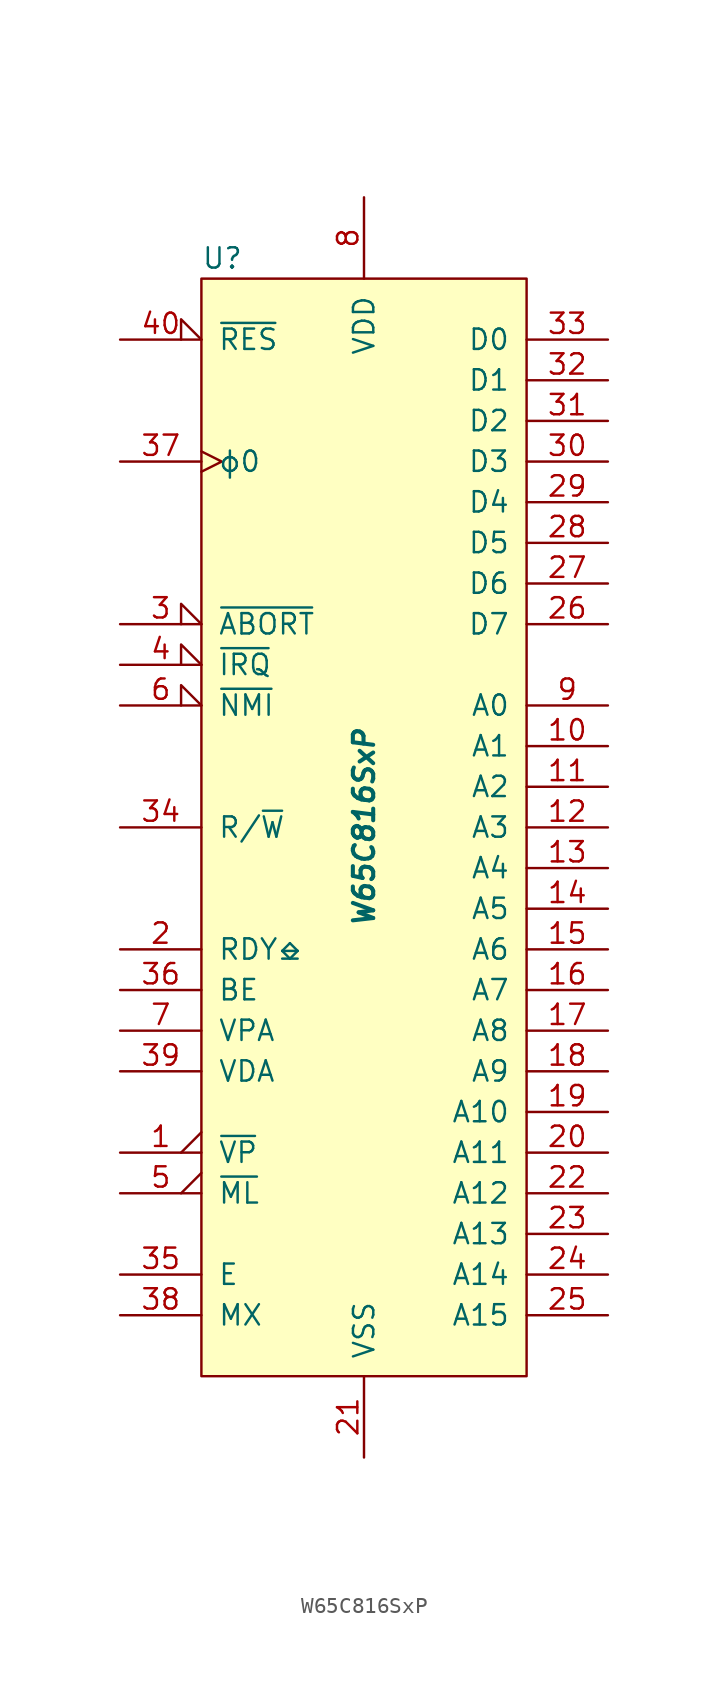
<source format=kicad_sym>
(kicad_symbol_lib
  (version 20241209)
  (generator "kicad_symbol_editor")
  (generator_version "9.0")
  (symbol "W65C816SxP"
    (pin_names
      (offset 1.016))
    (property "Reference" "U"
      (at -10.16 35.56 0)
      (effects (font (size 1.27 1.27)) (justify left)))
    (property "Value" "W65C816SxP"
      (at 0 0 90)
      (effects (font (size 1.27 1.27) (bold yes) (italic yes))))
    (symbol "W65C816SxP_0_1"
      (rectangle (start -10.16 34.29) (end 10.16 -34.29) (stroke (width 0) (type default)) (fill (type background))))
    (symbol "W65C816SxP_1_1"
      (pin input input_low (at -15.24 30.48 0) (length 5.08) (name "~{RES}" (effects (font (size 1.27 1.27)))) (number "40" (effects (font (size 1.27 1.27)))))
      (pin input clock (at -15.24 22.86 0) (length 5.08) (name "ϕ0" (effects (font (size 1.27 1.27)))) (number "37" (effects (font (size 1.27 1.27)))))
      (pin input input_low (at -15.24 12.7 0) (length 5.08) (name "~{ABORT}" (effects (font (size 1.27 1.27)))) (number "3" (effects (font (size 1.27 1.27)))))
      (pin input input_low (at -15.24 10.16 0) (length 5.08) (name "~{IRQ}" (effects (font (size 1.27 1.27)))) (number "4" (effects (font (size 1.27 1.27)))))
      (pin input input_low (at -15.24 7.62 0) (length 5.08) (name "~{NMI}" (effects (font (size 1.27 1.27)))) (number "6" (effects (font (size 1.27 1.27)))))
      (pin tri_state line (at -15.24 0 0) (length 5.08) (name "R/~{W}" (effects (font (size 1.27 1.27)))) (number "34" (effects (font (size 1.27 1.27)))))
      (pin open_collector line (at -15.24 -7.62 0) (length 5.08) (name "RDY⎒" (effects (font (size 1.27 1.27)))) (number "2" (effects (font (size 1.27 1.27)))))
      (pin input line (at -15.24 -10.16 0) (length 5.08) (name "BE" (effects (font (size 1.27 1.27)))) (number "36" (effects (font (size 1.27 1.27)))))
      (pin output line (at -15.24 -12.7 0) (length 5.08) (name "VPA" (effects (font (size 1.27 1.27)))) (number "7" (effects (font (size 1.27 1.27)))))
      (pin output line (at -15.24 -15.24 0) (length 5.08) (name "VDA" (effects (font (size 1.27 1.27)))) (number "39" (effects (font (size 1.27 1.27)))))
      (pin output output_low (at -15.24 -20.32 0) (length 5.08) (name "~{VP}" (effects (font (size 1.27 1.27)))) (number "1" (effects (font (size 1.27 1.27)))))
      (pin output output_low (at -15.24 -22.86 0) (length 5.08) (name "~{ML}" (effects (font (size 1.27 1.27)))) (number "5" (effects (font (size 1.27 1.27)))))
      (pin output line (at -15.24 -27.94 0) (length 5.08) (name "E" (effects (font (size 1.27 1.27)))) (number "35" (effects (font (size 1.27 1.27)))))
      (pin output line (at -15.24 -30.48 0) (length 5.08) (name "MX" (effects (font (size 1.27 1.27)))) (number "38" (effects (font (size 1.27 1.27)))))
      (pin power_in line (at 0 39.37 270) (length 5.08) (name "VDD" (effects (font (size 1.27 1.27)))) (number "8" (effects (font (size 1.27 1.27)))))
      (pin power_in line (at 0 -39.37 90) (length 5.08) (name "VSS" (effects (font (size 1.27 1.27)))) (number "21" (effects (font (size 1.27 1.27)))))
      (pin bidirectional line (at 15.24 30.48 180) (length 5.08) (name "D0" (effects (font (size 1.27 1.27)))) (number "33" (effects (font (size 1.27 1.27)))))
      (pin bidirectional line (at 15.24 27.94 180) (length 5.08) (name "D1" (effects (font (size 1.27 1.27)))) (number "32" (effects (font (size 1.27 1.27)))))
      (pin bidirectional line (at 15.24 25.4 180) (length 5.08) (name "D2" (effects (font (size 1.27 1.27)))) (number "31" (effects (font (size 1.27 1.27)))))
      (pin bidirectional line (at 15.24 22.86 180) (length 5.08) (name "D3" (effects (font (size 1.27 1.27)))) (number "30" (effects (font (size 1.27 1.27)))))
      (pin bidirectional line (at 15.24 20.32 180) (length 5.08) (name "D4" (effects (font (size 1.27 1.27)))) (number "29" (effects (font (size 1.27 1.27)))))
      (pin bidirectional line (at 15.24 17.78 180) (length 5.08) (name "D5" (effects (font (size 1.27 1.27)))) (number "28" (effects (font (size 1.27 1.27)))))
      (pin bidirectional line (at 15.24 15.24 180) (length 5.08) (name "D6" (effects (font (size 1.27 1.27)))) (number "27" (effects (font (size 1.27 1.27)))))
      (pin bidirectional line (at 15.24 12.7 180) (length 5.08) (name "D7" (effects (font (size 1.27 1.27)))) (number "26" (effects (font (size 1.27 1.27)))))
      (pin tri_state line (at 15.24 7.62 180) (length 5.08) (name "A0" (effects (font (size 1.27 1.27)))) (number "9" (effects (font (size 1.27 1.27)))))
      (pin tri_state line (at 15.24 5.08 180) (length 5.08) (name "A1" (effects (font (size 1.27 1.27)))) (number "10" (effects (font (size 1.27 1.27)))))
      (pin tri_state line (at 15.24 2.54 180) (length 5.08) (name "A2" (effects (font (size 1.27 1.27)))) (number "11" (effects (font (size 1.27 1.27)))))
      (pin tri_state line (at 15.24 0 180) (length 5.08) (name "A3" (effects (font (size 1.27 1.27)))) (number "12" (effects (font (size 1.27 1.27)))))
      (pin tri_state line (at 15.24 -2.54 180) (length 5.08) (name "A4" (effects (font (size 1.27 1.27)))) (number "13" (effects (font (size 1.27 1.27)))))
      (pin tri_state line (at 15.24 -5.08 180) (length 5.08) (name "A5" (effects (font (size 1.27 1.27)))) (number "14" (effects (font (size 1.27 1.27)))))
      (pin tri_state line (at 15.24 -7.62 180) (length 5.08) (name "A6" (effects (font (size 1.27 1.27)))) (number "15" (effects (font (size 1.27 1.27)))))
      (pin tri_state line (at 15.24 -10.16 180) (length 5.08) (name "A7" (effects (font (size 1.27 1.27)))) (number "16" (effects (font (size 1.27 1.27)))))
      (pin tri_state line (at 15.24 -12.7 180) (length 5.08) (name "A8" (effects (font (size 1.27 1.27)))) (number "17" (effects (font (size 1.27 1.27)))))
      (pin tri_state line (at 15.24 -15.24 180) (length 5.08) (name "A9" (effects (font (size 1.27 1.27)))) (number "18" (effects (font (size 1.27 1.27)))))
      (pin tri_state line (at 15.24 -17.78 180) (length 5.08) (name "A10" (effects (font (size 1.27 1.27)))) (number "19" (effects (font (size 1.27 1.27)))))
      (pin tri_state line (at 15.24 -20.32 180) (length 5.08) (name "A11" (effects (font (size 1.27 1.27)))) (number "20" (effects (font (size 1.27 1.27)))))
      (pin tri_state line (at 15.24 -22.86 180) (length 5.08) (name "A12" (effects (font (size 1.27 1.27)))) (number "22" (effects (font (size 1.27 1.27)))))
      (pin tri_state line (at 15.24 -25.4 180) (length 5.08) (name "A13" (effects (font (size 1.27 1.27)))) (number "23" (effects (font (size 1.27 1.27)))))
      (pin tri_state line (at 15.24 -27.94 180) (length 5.08) (name "A14" (effects (font (size 1.27 1.27)))) (number "24" (effects (font (size 1.27 1.27)))))
      (pin tri_state line (at 15.24 -30.48 180) (length 5.08) (name "A15" (effects (font (size 1.27 1.27)))) (number "25" (effects (font (size 1.27 1.27))))))))
</source>
